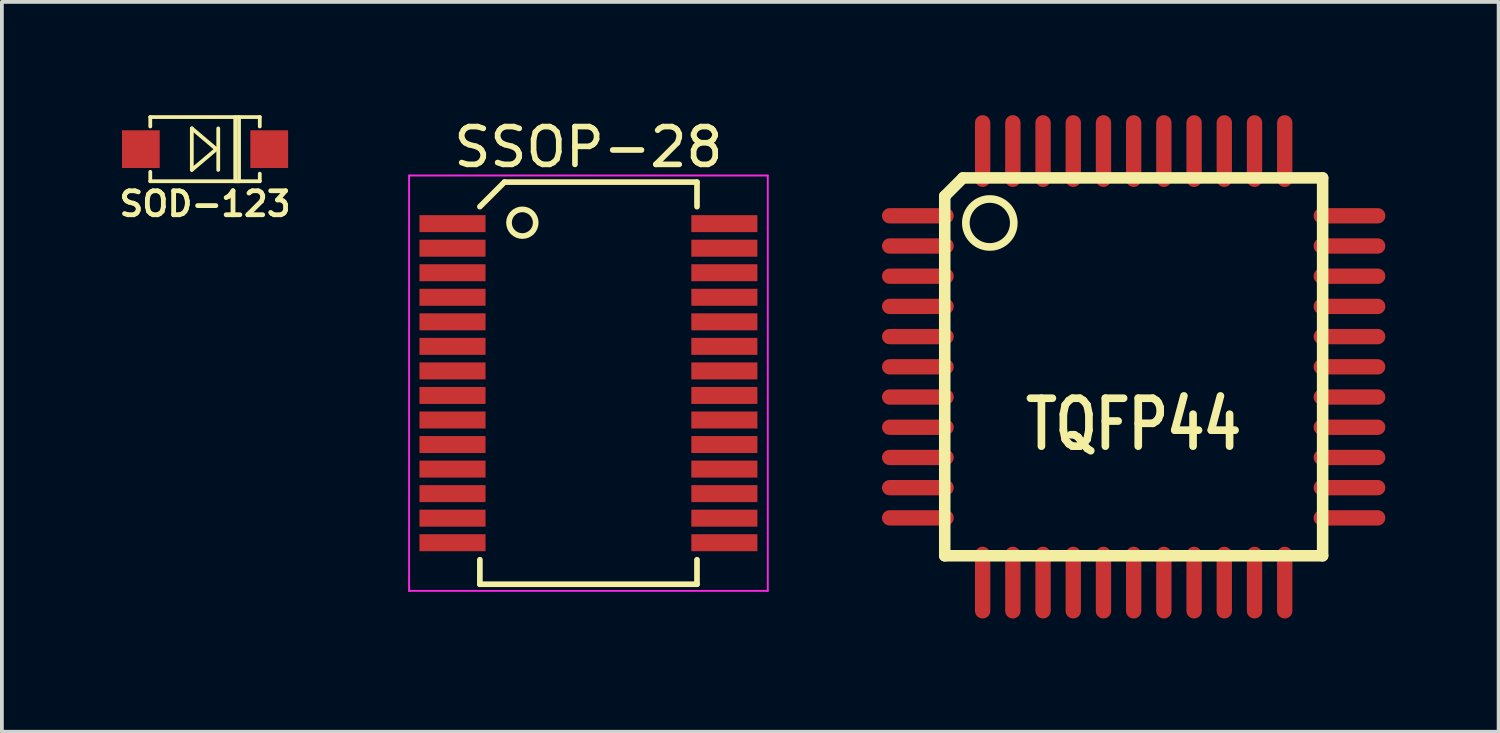
<source format=kicad_pcb>
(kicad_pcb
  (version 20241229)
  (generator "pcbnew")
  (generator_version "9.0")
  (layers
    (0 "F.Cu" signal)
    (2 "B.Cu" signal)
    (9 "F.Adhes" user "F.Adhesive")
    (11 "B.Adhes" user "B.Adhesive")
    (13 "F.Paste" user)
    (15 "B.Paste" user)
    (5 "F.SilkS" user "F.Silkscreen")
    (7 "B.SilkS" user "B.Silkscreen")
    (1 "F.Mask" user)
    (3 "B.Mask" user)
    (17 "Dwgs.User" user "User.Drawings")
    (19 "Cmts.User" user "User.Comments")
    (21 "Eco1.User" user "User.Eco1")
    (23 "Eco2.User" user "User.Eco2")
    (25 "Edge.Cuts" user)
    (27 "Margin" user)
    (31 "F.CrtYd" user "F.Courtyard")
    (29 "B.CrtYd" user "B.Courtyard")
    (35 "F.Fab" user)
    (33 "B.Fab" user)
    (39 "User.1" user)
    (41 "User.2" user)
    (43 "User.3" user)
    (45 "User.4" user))
  (footprint "TQFP44"
    (layer "F.Cu")
    (at 26.974 6.665)
    (property "Reference" "TQFP44" (at 0 1.524 0) (layer "F.SilkS") (effects (font (size 1.27 1.016) (thickness 0.203))))
    (attr smd)
    (fp_line (start -5.004 -4.521) (end -5.004 5.004) (stroke (width 0.305) (type solid)) (layer "F.SilkS"))
    (fp_line (start -5.004 -4.521) (end -4.521 -5.004) (stroke (width 0.305) (type solid)) (layer "F.SilkS"))
    (fp_line (start -4.521 -5.004) (end 5.004 -5.004) (stroke (width 0.305) (type solid)) (layer "F.SilkS"))
    (fp_line (start 5.004 -5.004) (end 5.004 5.004) (stroke (width 0.305) (type solid)) (layer "F.SilkS"))
    (fp_line (start 5.004 5.004) (end -5.004 5.004) (stroke (width 0.305) (type solid)) (layer "F.SilkS"))
    (fp_circle (center -3.81 -3.81) (end -3.81 -3.175) (stroke (width 0.203) (type solid)) (fill no) (layer "F.SilkS"))
    (pad "1" smd oval (at -5.715 -4) (size 1.9 0.406) (layers "F.Cu" "F.Mask" "F.Paste"))
    (pad "2" smd oval (at -5.715 -3.2) (size 1.9 0.406) (layers "F.Cu" "F.Mask" "F.Paste"))
    (pad "3" smd oval (at -5.715 -2.4) (size 1.9 0.406) (layers "F.Cu" "F.Mask" "F.Paste"))
    (pad "4" smd oval (at -5.715 -1.6) (size 1.9 0.406) (layers "F.Cu" "F.Mask" "F.Paste"))
    (pad "5" smd oval (at -5.715 -0.8) (size 1.9 0.406) (layers "F.Cu" "F.Mask" "F.Paste"))
    (pad "6" smd oval (at -5.715 0) (size 1.9 0.406) (layers "F.Cu" "F.Mask" "F.Paste"))
    (pad "7" smd oval (at -5.715 0.8) (size 1.9 0.406) (layers "F.Cu" "F.Mask" "F.Paste"))
    (pad "8" smd oval (at -5.715 1.6) (size 1.9 0.406) (layers "F.Cu" "F.Mask" "F.Paste"))
    (pad "9" smd oval (at -5.715 2.4) (size 1.9 0.406) (layers "F.Cu" "F.Mask" "F.Paste"))
    (pad "10" smd oval (at -5.715 3.2) (size 1.9 0.406) (layers "F.Cu" "F.Mask" "F.Paste"))
    (pad "11" smd oval (at -5.715 4) (size 1.9 0.406) (layers "F.Cu" "F.Mask" "F.Paste"))
    (pad "12" smd oval (at -4 5.715) (size 0.406 1.9) (layers "F.Cu" "F.Mask" "F.Paste"))
    (pad "13" smd oval (at -3.2 5.715) (size 0.406 1.9) (layers "F.Cu" "F.Mask" "F.Paste"))
    (pad "14" smd oval (at -2.4 5.715) (size 0.406 1.9) (layers "F.Cu" "F.Mask" "F.Paste"))
    (pad "15" smd oval (at -1.6 5.715) (size 0.406 1.9) (layers "F.Cu" "F.Mask" "F.Paste"))
    (pad "16" smd oval (at -0.8 5.715) (size 0.406 1.9) (layers "F.Cu" "F.Mask" "F.Paste"))
    (pad "17" smd oval (at 0 5.715) (size 0.406 1.9) (layers "F.Cu" "F.Mask" "F.Paste"))
    (pad "18" smd oval (at 0.8 5.715) (size 0.406 1.9) (layers "F.Cu" "F.Mask" "F.Paste"))
    (pad "19" smd oval (at 1.6 5.715) (size 0.406 1.9) (layers "F.Cu" "F.Mask" "F.Paste"))
    (pad "20" smd oval (at 2.4 5.715) (size 0.406 1.9) (layers "F.Cu" "F.Mask" "F.Paste"))
    (pad "21" smd oval (at 3.2 5.715) (size 0.406 1.9) (layers "F.Cu" "F.Mask" "F.Paste"))
    (pad "22" smd oval (at 4 5.715) (size 0.406 1.9) (layers "F.Cu" "F.Mask" "F.Paste"))
    (pad "23" smd oval (at 5.715 4) (size 1.9 0.406) (layers "F.Cu" "F.Mask" "F.Paste"))
    (pad "24" smd oval (at 5.715 3.2) (size 1.9 0.406) (layers "F.Cu" "F.Mask" "F.Paste"))
    (pad "25" smd oval (at 5.715 2.4) (size 1.9 0.406) (layers "F.Cu" "F.Mask" "F.Paste"))
    (pad "26" smd oval (at 5.715 1.6) (size 1.9 0.406) (layers "F.Cu" "F.Mask" "F.Paste"))
    (pad "27" smd oval (at 5.715 0.8) (size 1.9 0.406) (layers "F.Cu" "F.Mask" "F.Paste"))
    (pad "28" smd oval (at 5.715 0) (size 1.9 0.406) (layers "F.Cu" "F.Mask" "F.Paste"))
    (pad "29" smd oval (at 5.715 -0.8) (size 1.9 0.406) (layers "F.Cu" "F.Mask" "F.Paste"))
    (pad "30" smd oval (at 5.715 -1.6) (size 1.9 0.406) (layers "F.Cu" "F.Mask" "F.Paste"))
    (pad "31" smd oval (at 5.715 -2.4) (size 1.9 0.406) (layers "F.Cu" "F.Mask" "F.Paste"))
    (pad "32" smd oval (at 5.715 -3.2) (size 1.9 0.406) (layers "F.Cu" "F.Mask" "F.Paste"))
    (pad "33" smd oval (at 5.715 -4) (size 1.9 0.406) (layers "F.Cu" "F.Mask" "F.Paste"))
    (pad "34" smd oval (at 4 -5.715) (size 0.406 1.9) (layers "F.Cu" "F.Mask" "F.Paste"))
    (pad "35" smd oval (at 3.2 -5.715) (size 0.406 1.9) (layers "F.Cu" "F.Mask" "F.Paste"))
    (pad "36" smd oval (at 2.4 -5.715) (size 0.406 1.9) (layers "F.Cu" "F.Mask" "F.Paste"))
    (pad "37" smd oval (at 1.6 -5.715) (size 0.406 1.9) (layers "F.Cu" "F.Mask" "F.Paste"))
    (pad "38" smd oval (at 0.8 -5.715) (size 0.406 1.9) (layers "F.Cu" "F.Mask" "F.Paste"))
    (pad "39" smd oval (at 0 -5.715) (size 0.406 1.9) (layers "F.Cu" "F.Mask" "F.Paste"))
    (pad "40" smd oval (at -0.8 -5.715) (size 0.406 1.9) (layers "F.Cu" "F.Mask" "F.Paste"))
    (pad "41" smd oval (at -1.6 -5.715) (size 0.406 1.9) (layers "F.Cu" "F.Mask" "F.Paste"))
    (pad "42" smd oval (at -2.4 -5.715) (size 0.406 1.9) (layers "F.Cu" "F.Mask" "F.Paste"))
    (pad "43" smd oval (at -3.2 -5.715) (size 0.406 1.9) (layers "F.Cu" "F.Mask" "F.Paste"))
    (pad "44" smd oval (at -4 -5.715) (size 0.406 1.9) (layers "F.Cu" "F.Mask" "F.Paste")))
  (footprint "SSOP-28"
    (layer "F.Cu")
    (at 12.534 7.098)
    (property "Reference" "SSOP-28" (at 0 -6.25 0) (layer "F.SilkS") (effects (font (size 1 1) (thickness 0.15))))
    (attr smd)
    (fp_line (start -2.875 5.325) (end -2.875 4.675) (stroke (width 0.15) (type solid)) (layer "F.SilkS"))
    (fp_line (start -2.875 5.325) (end 2.875 5.325) (stroke (width 0.15) (type solid)) (layer "F.SilkS"))
    (fp_line (start -2.225 -5.325) (end -2.875 -4.675) (stroke (width 0.15) (type solid)) (layer "F.SilkS"))
    (fp_line (start -2.225 -5.325) (end 2.875 -5.325) (stroke (width 0.15) (type solid)) (layer "F.SilkS"))
    (fp_line (start 2.875 -5.325) (end 2.875 -4.675) (stroke (width 0.15) (type solid)) (layer "F.SilkS"))
    (fp_line (start 2.875 5.325) (end 2.875 4.675) (stroke (width 0.15) (type solid)) (layer "F.SilkS"))
    (fp_circle (center -1.75 -4.25) (end -1.5 -4) (stroke (width 0.15) (type solid)) (fill no) (layer "F.SilkS"))
    (fp_line (start -4.75 -5.5) (end -4.75 5.5) (stroke (width 0.05) (type solid)) (layer "F.CrtYd"))
    (fp_line (start -4.75 -5.5) (end 4.75 -5.5) (stroke (width 0.05) (type solid)) (layer "F.CrtYd"))
    (fp_line (start -4.75 5.5) (end 4.75 5.5) (stroke (width 0.05) (type solid)) (layer "F.CrtYd"))
    (fp_line (start 4.75 -5.5) (end 4.75 5.5) (stroke (width 0.05) (type solid)) (layer "F.CrtYd"))
    (pad "1" smd rect (at -3.6 -4.225) (size 1.75 0.45) (layers "F.Cu" "F.Mask" "F.Paste"))
    (pad "2" smd rect (at -3.6 -3.575) (size 1.75 0.45) (layers "F.Cu" "F.Mask" "F.Paste"))
    (pad "3" smd rect (at -3.6 -2.925) (size 1.75 0.45) (layers "F.Cu" "F.Mask" "F.Paste"))
    (pad "4" smd rect (at -3.6 -2.275) (size 1.75 0.45) (layers "F.Cu" "F.Mask" "F.Paste"))
    (pad "5" smd rect (at -3.6 -1.625) (size 1.75 0.45) (layers "F.Cu" "F.Mask" "F.Paste"))
    (pad "6" smd rect (at -3.6 -0.975) (size 1.75 0.45) (layers "F.Cu" "F.Mask" "F.Paste"))
    (pad "7" smd rect (at -3.6 -0.325) (size 1.75 0.45) (layers "F.Cu" "F.Mask" "F.Paste"))
    (pad "8" smd rect (at -3.6 0.325) (size 1.75 0.45) (layers "F.Cu" "F.Mask" "F.Paste"))
    (pad "9" smd rect (at -3.6 0.975) (size 1.75 0.45) (layers "F.Cu" "F.Mask" "F.Paste"))
    (pad "10" smd rect (at -3.6 1.625) (size 1.75 0.45) (layers "F.Cu" "F.Mask" "F.Paste"))
    (pad "11" smd rect (at -3.6 2.275) (size 1.75 0.45) (layers "F.Cu" "F.Mask" "F.Paste"))
    (pad "12" smd rect (at -3.6 2.925) (size 1.75 0.45) (layers "F.Cu" "F.Mask" "F.Paste"))
    (pad "13" smd rect (at -3.6 3.575) (size 1.75 0.45) (layers "F.Cu" "F.Mask" "F.Paste"))
    (pad "14" smd rect (at -3.6 4.225) (size 1.75 0.45) (layers "F.Cu" "F.Mask" "F.Paste"))
    (pad "15" smd rect (at 3.6 4.225) (size 1.75 0.45) (layers "F.Cu" "F.Mask" "F.Paste"))
    (pad "16" smd rect (at 3.6 3.575) (size 1.75 0.45) (layers "F.Cu" "F.Mask" "F.Paste"))
    (pad "17" smd rect (at 3.6 2.925) (size 1.75 0.45) (layers "F.Cu" "F.Mask" "F.Paste"))
    (pad "18" smd rect (at 3.6 2.275) (size 1.75 0.45) (layers "F.Cu" "F.Mask" "F.Paste"))
    (pad "19" smd rect (at 3.6 1.625) (size 1.75 0.45) (layers "F.Cu" "F.Mask" "F.Paste"))
    (pad "20" smd rect (at 3.6 0.975) (size 1.75 0.45) (layers "F.Cu" "F.Mask" "F.Paste"))
    (pad "21" smd rect (at 3.6 0.325) (size 1.75 0.45) (layers "F.Cu" "F.Mask" "F.Paste"))
    (pad "22" smd rect (at 3.6 -0.325) (size 1.75 0.45) (layers "F.Cu" "F.Mask" "F.Paste"))
    (pad "23" smd rect (at 3.6 -0.975) (size 1.75 0.45) (layers "F.Cu" "F.Mask" "F.Paste"))
    (pad "24" smd rect (at 3.6 -1.625) (size 1.75 0.45) (layers "F.Cu" "F.Mask" "F.Paste"))
    (pad "25" smd rect (at 3.6 -2.275) (size 1.75 0.45) (layers "F.Cu" "F.Mask" "F.Paste"))
    (pad "26" smd rect (at 3.6 -2.925) (size 1.75 0.45) (layers "F.Cu" "F.Mask" "F.Paste"))
    (pad "27" smd rect (at 3.6 -3.575) (size 1.75 0.45) (layers "F.Cu" "F.Mask" "F.Paste"))
    (pad "28" smd rect (at 3.6 -4.225) (size 1.75 0.45) (layers "F.Cu" "F.Mask" "F.Paste")))
  (footprint "SOD-123"
    (layer "F.Cu")
    (at 2.38 0.9)
    (property "Reference" "SOD-123" (at 0 1.45 0) (layer "F.SilkS") (effects (font (size 0.635 0.635) (thickness 0.127))))
    (attr smd)
    (fp_line (start -1.45 -0.85) (end -1.45 -0.6) (stroke (width 0.1) (type solid)) (layer "F.SilkS"))
    (fp_line (start -1.45 0.6) (end -1.45 0.85) (stroke (width 0.1) (type solid)) (layer "F.SilkS"))
    (fp_line (start -1.45 0.85) (end 1.45 0.85) (stroke (width 0.1) (type solid)) (layer "F.SilkS"))
    (fp_line (start -0.35 -0.55) (end -0.35 0.55) (stroke (width 0.1) (type solid)) (layer "F.SilkS"))
    (fp_line (start -0.35 0.55) (end 0.3 0) (stroke (width 0.1) (type solid)) (layer "F.SilkS"))
    (fp_line (start 0.3 0) (end -0.35 -0.55) (stroke (width 0.1) (type solid)) (layer "F.SilkS"))
    (fp_line (start 0.35 -0.55) (end 0.35 0.55) (stroke (width 0.1) (type solid)) (layer "F.SilkS"))
    (fp_line (start 0.8 0.85) (end 0.8 -0.85) (stroke (width 0.1) (type solid)) (layer "F.SilkS"))
    (fp_line (start 0.9 -0.85) (end 0.9 0.85) (stroke (width 0.1) (type solid)) (layer "F.SilkS"))
    (fp_line (start 0.9 0.85) (end 0.8 0.85) (stroke (width 0.1) (type solid)) (layer "F.SilkS"))
    (fp_line (start 1.45 -0.85) (end -1.45 -0.85) (stroke (width 0.1) (type solid)) (layer "F.SilkS"))
    (fp_line (start 1.45 -0.6) (end 1.45 -0.85) (stroke (width 0.1) (type solid)) (layer "F.SilkS"))
    (fp_line (start 1.45 0.85) (end 1.45 0.65) (stroke (width 0.1) (type solid)) (layer "F.SilkS"))
    (pad "1" smd rect (at -1.7 0) (size 1 1) (layers "F.Cu" "F.Mask" "F.Paste"))
    (pad "2" smd rect (at 1.7 0) (size 1 1) (layers "F.Cu" "F.Mask" "F.Paste")))
  (gr_rect
    (start -3 -3)
    (end 36.639 16.33)
    (stroke (width 0.1) (type default))
    (fill no)
    (layer "Edge.Cuts")))
</source>
